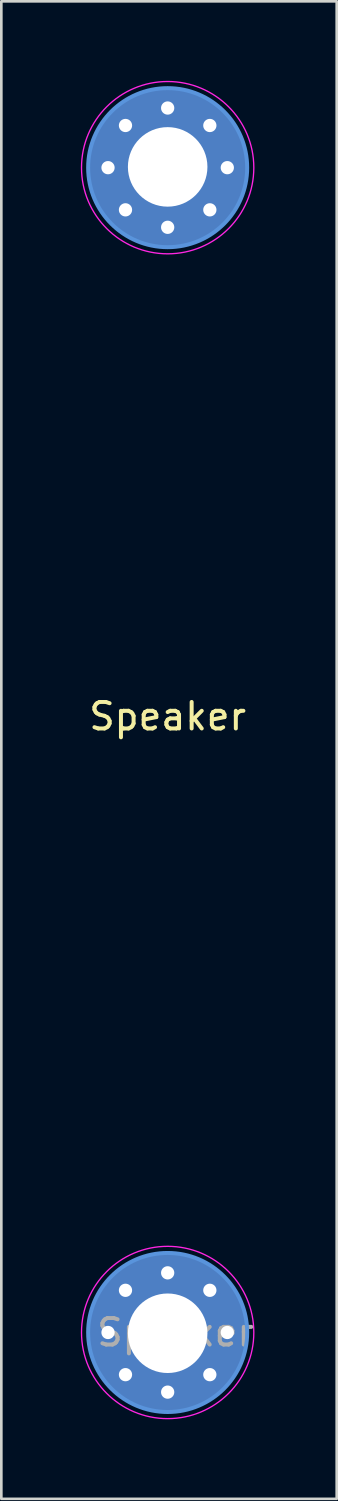
<source format=kicad_pcb>
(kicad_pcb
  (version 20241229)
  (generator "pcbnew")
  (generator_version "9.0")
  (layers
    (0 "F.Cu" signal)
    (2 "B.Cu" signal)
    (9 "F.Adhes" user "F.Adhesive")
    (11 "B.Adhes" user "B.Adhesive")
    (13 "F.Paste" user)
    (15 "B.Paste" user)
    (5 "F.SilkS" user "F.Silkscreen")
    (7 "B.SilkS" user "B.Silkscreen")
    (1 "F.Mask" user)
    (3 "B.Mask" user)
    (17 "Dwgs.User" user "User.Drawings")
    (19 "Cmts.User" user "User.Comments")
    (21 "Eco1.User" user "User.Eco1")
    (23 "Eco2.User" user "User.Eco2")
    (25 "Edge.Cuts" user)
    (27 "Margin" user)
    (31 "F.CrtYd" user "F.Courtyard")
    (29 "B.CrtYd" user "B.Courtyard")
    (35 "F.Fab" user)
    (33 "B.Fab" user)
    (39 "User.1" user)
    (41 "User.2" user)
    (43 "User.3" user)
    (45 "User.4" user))
  (footprint "Speaker"
    (layer "F.Cu")
    (at 3.275 25.246)
    (property "Reference" "Speaker" (at 0 -1.27 0) (layer "F.SilkS") (effects (font (size 1 1) (thickness 0.15))))
    (attr through_hole)
    (fp_circle (center 0 -21.971) (end 3 -21.971) (stroke (width 0.15) (type solid)) (fill no) (layer "Cmts.User"))
    (fp_circle (center 0 21.971) (end 3 21.971) (stroke (width 0.15) (type solid)) (fill no) (layer "Cmts.User"))
    (fp_circle (center 0 -21.971) (end 3.25 -21.971) (stroke (width 0.05) (type solid)) (fill no) (layer "F.CrtYd"))
    (fp_circle (center 0 21.971) (end 3.25 21.971) (stroke (width 0.05) (type solid)) (fill no) (layer "F.CrtYd"))
    (fp_text user "${REFERENCE}" (at 0.3 21.971 0) (layer "F.Fab") (effects (font (size 1 1) (thickness 0.15))))
    (pad "1" thru_hole circle (at -2.25 -21.971) (size 0.8 0.8) (drill 0.5) (layers "*.Cu" "*.Mask"))
    (pad "1" thru_hole circle (at -1.591 -23.562) (size 0.8 0.8) (drill 0.5) (layers "*.Cu" "*.Mask"))
    (pad "1" thru_hole circle (at -1.591 -20.38) (size 0.8 0.8) (drill 0.5) (layers "*.Cu" "*.Mask"))
    (pad "1" thru_hole circle (at 0 -24.221) (size 0.8 0.8) (drill 0.5) (layers "*.Cu" "*.Mask"))
    (pad "1" thru_hole circle (at 0 -22) (size 6 6) (drill 3) (layers "*.Cu" "*.Mask"))
    (pad "1" thru_hole circle (at 0 -19.721) (size 0.8 0.8) (drill 0.5) (layers "*.Cu" "*.Mask"))
    (pad "1" thru_hole circle (at 1.591 -23.562) (size 0.8 0.8) (drill 0.5) (layers "*.Cu" "*.Mask"))
    (pad "1" thru_hole circle (at 1.591 -20.38) (size 0.8 0.8) (drill 0.5) (layers "*.Cu" "*.Mask"))
    (pad "1" thru_hole circle (at 2.25 -21.971) (size 0.8 0.8) (drill 0.5) (layers "*.Cu" "*.Mask"))
    (pad "2" thru_hole circle (at -2.25 21.971) (size 0.8 0.8) (drill 0.5) (layers "*.Cu" "*.Mask"))
    (pad "2" thru_hole circle (at -1.591 20.38) (size 0.8 0.8) (drill 0.5) (layers "*.Cu" "*.Mask"))
    (pad "2" thru_hole circle (at -1.591 23.562) (size 0.8 0.8) (drill 0.5) (layers "*.Cu" "*.Mask"))
    (pad "2" thru_hole circle (at 0 19.721) (size 0.8 0.8) (drill 0.5) (layers "*.Cu" "*.Mask"))
    (pad "2" thru_hole circle (at 0 22) (size 6 6) (drill 3) (layers "*.Cu" "*.Mask"))
    (pad "2" thru_hole circle (at 0 24.221) (size 0.8 0.8) (drill 0.5) (layers "*.Cu" "*.Mask"))
    (pad "2" thru_hole circle (at 1.591 20.38) (size 0.8 0.8) (drill 0.5) (layers "*.Cu" "*.Mask"))
    (pad "2" thru_hole circle (at 1.591 23.562) (size 0.8 0.8) (drill 0.5) (layers "*.Cu" "*.Mask"))
    (pad "2" thru_hole circle (at 2.25 21.971) (size 0.8 0.8) (drill 0.5) (layers "*.Cu" "*.Mask")))
  (gr_rect
    (start -3 -3)
    (end 9.652 53.492)
    (stroke (width 0.1) (type default))
    (fill no)
    (layer "Edge.Cuts")))
</source>
